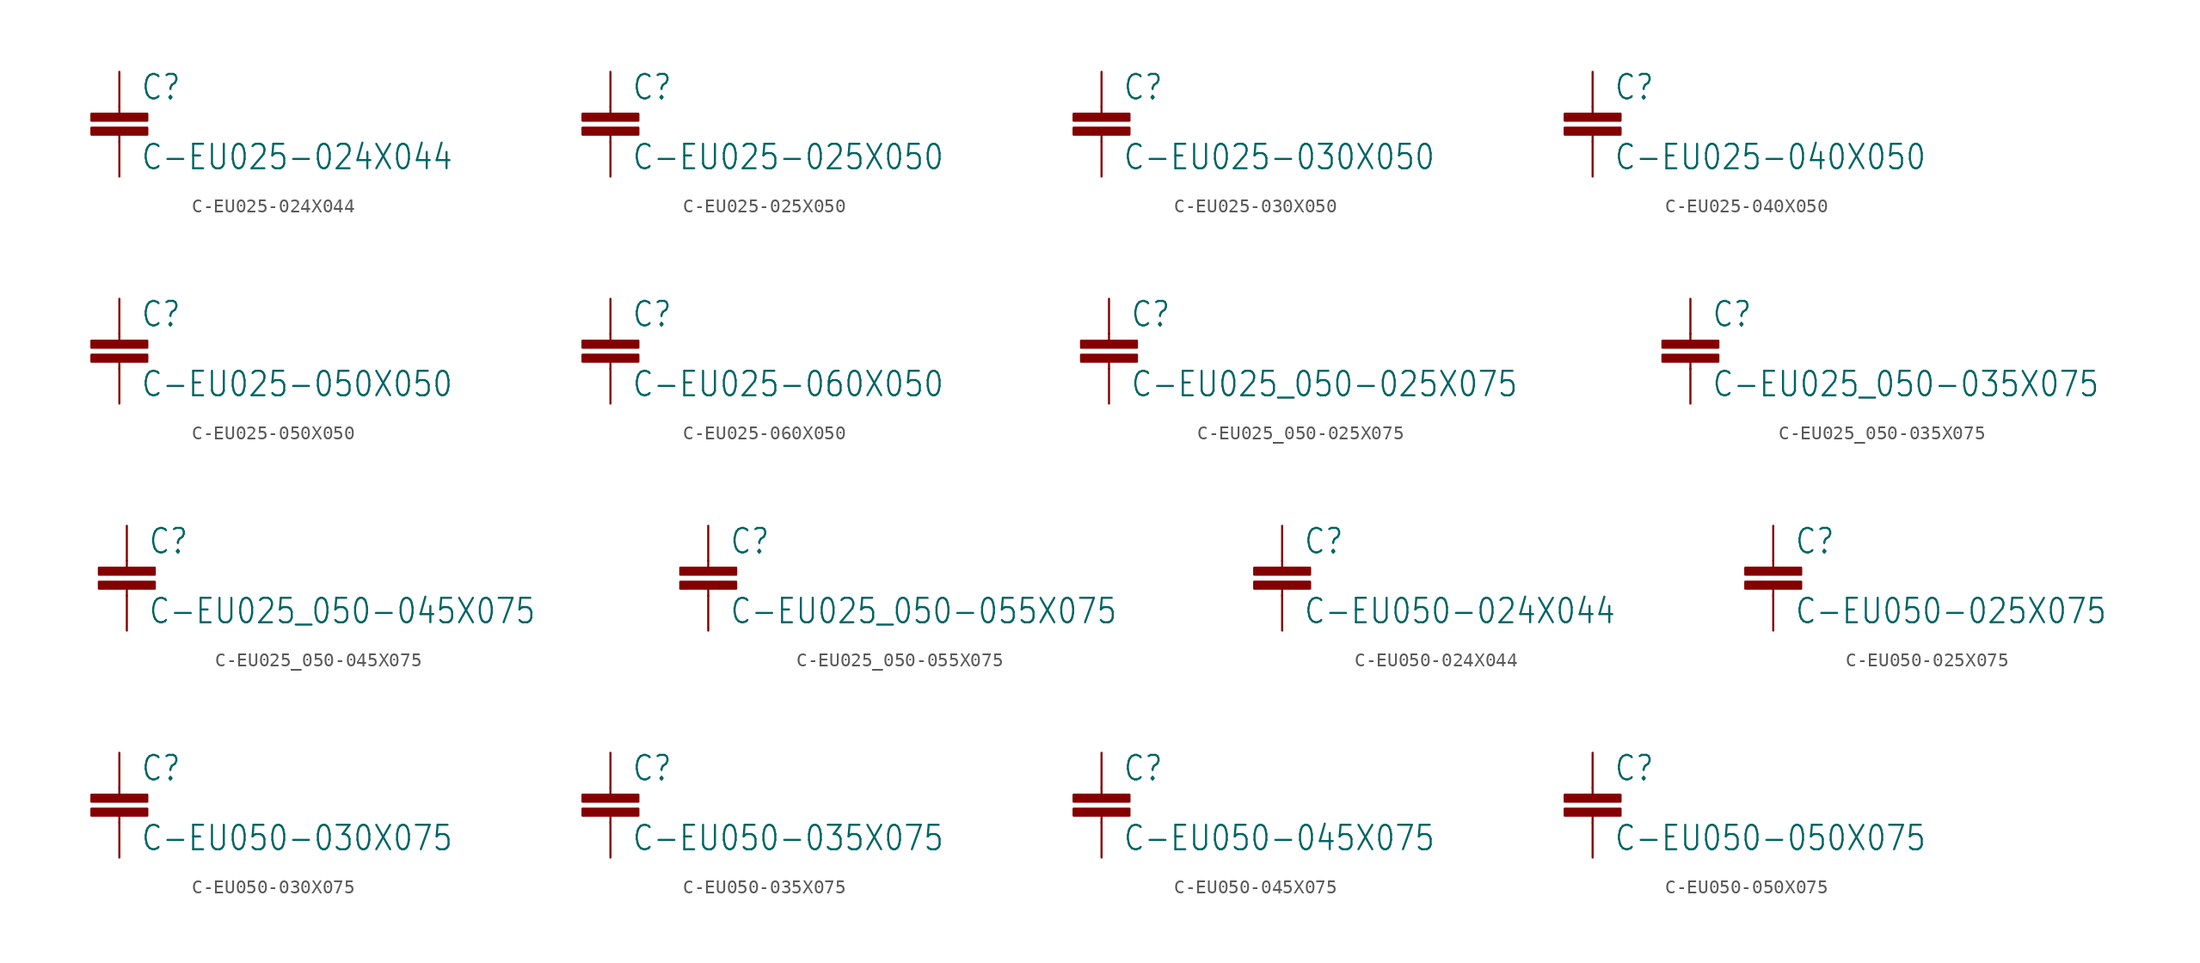
<source format=kicad_sym>
(kicad_symbol_lib
  (version 20210619)
  (generator kicad_symbol_editor)
  (symbol "C-EU025-024X044"
    (property "Reference" "C"
      (at 1.524 0.381 0)
      (effects (font (size 1.778 1.511)) (justify left bottom)))
    (property "Value" "C-EU025-024X044"
      (at 1.524 -4.699 0)
      (effects (font (size 1.778 1.511)) (justify left bottom)))
    (property "ki_locked" ""
      (at 0 0 0)
      (effects (font (size 1.27 1.27))))
    (symbol "C-EU025-024X044_1_0"
      (rectangle (start -2.032 -2.032) (end 2.032 -1.524) (stroke (width 0)) (fill (type outline)))
      (rectangle (start -2.032 -1.016) (end 2.032 -0.508) (stroke (width 0)) (fill (type outline)))
      (polyline (pts (xy 0 -2.54) (xy 0 -2.032)) (stroke (width 0.152)) (fill (type none)))
      (polyline (pts (xy 0 0) (xy 0 -0.508)) (stroke (width 0.152)) (fill (type none)))
      (pin passive line (at 0 2.54 270) (length 2.54) (name "1" (effects (font (size 0 0)))) (number "1" (effects (font (size 0 0)))))
      (pin passive line (at 0 -5.08 90) (length 2.54) (name "2" (effects (font (size 0 0)))) (number "2" (effects (font (size 0 0)))))))
  (symbol "C-EU025-025X050"
    (property "Reference" "C"
      (at 1.524 0.381 0)
      (effects (font (size 1.778 1.511)) (justify left bottom)))
    (property "Value" "C-EU025-025X050"
      (at 1.524 -4.699 0)
      (effects (font (size 1.778 1.511)) (justify left bottom)))
    (property "ki_locked" ""
      (at 0 0 0)
      (effects (font (size 1.27 1.27))))
    (symbol "C-EU025-025X050_1_0"
      (rectangle (start -2.032 -2.032) (end 2.032 -1.524) (stroke (width 0)) (fill (type outline)))
      (rectangle (start -2.032 -1.016) (end 2.032 -0.508) (stroke (width 0)) (fill (type outline)))
      (polyline (pts (xy 0 -2.54) (xy 0 -2.032)) (stroke (width 0.152)) (fill (type none)))
      (polyline (pts (xy 0 0) (xy 0 -0.508)) (stroke (width 0.152)) (fill (type none)))
      (pin passive line (at 0 2.54 270) (length 2.54) (name "1" (effects (font (size 0 0)))) (number "1" (effects (font (size 0 0)))))
      (pin passive line (at 0 -5.08 90) (length 2.54) (name "2" (effects (font (size 0 0)))) (number "2" (effects (font (size 0 0)))))))
  (symbol "C-EU025-030X050"
    (property "Reference" "C"
      (at 1.524 0.381 0)
      (effects (font (size 1.778 1.511)) (justify left bottom)))
    (property "Value" "C-EU025-030X050"
      (at 1.524 -4.699 0)
      (effects (font (size 1.778 1.511)) (justify left bottom)))
    (property "ki_locked" ""
      (at 0 0 0)
      (effects (font (size 1.27 1.27))))
    (symbol "C-EU025-030X050_1_0"
      (rectangle (start -2.032 -2.032) (end 2.032 -1.524) (stroke (width 0)) (fill (type outline)))
      (rectangle (start -2.032 -1.016) (end 2.032 -0.508) (stroke (width 0)) (fill (type outline)))
      (polyline (pts (xy 0 -2.54) (xy 0 -2.032)) (stroke (width 0.152)) (fill (type none)))
      (polyline (pts (xy 0 0) (xy 0 -0.508)) (stroke (width 0.152)) (fill (type none)))
      (pin passive line (at 0 2.54 270) (length 2.54) (name "1" (effects (font (size 0 0)))) (number "1" (effects (font (size 0 0)))))
      (pin passive line (at 0 -5.08 90) (length 2.54) (name "2" (effects (font (size 0 0)))) (number "2" (effects (font (size 0 0)))))))
  (symbol "C-EU025-040X050"
    (property "Reference" "C"
      (at 1.524 0.381 0)
      (effects (font (size 1.778 1.511)) (justify left bottom)))
    (property "Value" "C-EU025-040X050"
      (at 1.524 -4.699 0)
      (effects (font (size 1.778 1.511)) (justify left bottom)))
    (property "ki_locked" ""
      (at 0 0 0)
      (effects (font (size 1.27 1.27))))
    (symbol "C-EU025-040X050_1_0"
      (rectangle (start -2.032 -2.032) (end 2.032 -1.524) (stroke (width 0)) (fill (type outline)))
      (rectangle (start -2.032 -1.016) (end 2.032 -0.508) (stroke (width 0)) (fill (type outline)))
      (polyline (pts (xy 0 -2.54) (xy 0 -2.032)) (stroke (width 0.152)) (fill (type none)))
      (polyline (pts (xy 0 0) (xy 0 -0.508)) (stroke (width 0.152)) (fill (type none)))
      (pin passive line (at 0 2.54 270) (length 2.54) (name "1" (effects (font (size 0 0)))) (number "1" (effects (font (size 0 0)))))
      (pin passive line (at 0 -5.08 90) (length 2.54) (name "2" (effects (font (size 0 0)))) (number "2" (effects (font (size 0 0)))))))
  (symbol "C-EU025-050X050"
    (property "Reference" "C"
      (at 1.524 0.381 0)
      (effects (font (size 1.778 1.511)) (justify left bottom)))
    (property "Value" "C-EU025-050X050"
      (at 1.524 -4.699 0)
      (effects (font (size 1.778 1.511)) (justify left bottom)))
    (property "ki_locked" ""
      (at 0 0 0)
      (effects (font (size 1.27 1.27))))
    (symbol "C-EU025-050X050_1_0"
      (rectangle (start -2.032 -2.032) (end 2.032 -1.524) (stroke (width 0)) (fill (type outline)))
      (rectangle (start -2.032 -1.016) (end 2.032 -0.508) (stroke (width 0)) (fill (type outline)))
      (polyline (pts (xy 0 -2.54) (xy 0 -2.032)) (stroke (width 0.152)) (fill (type none)))
      (polyline (pts (xy 0 0) (xy 0 -0.508)) (stroke (width 0.152)) (fill (type none)))
      (pin passive line (at 0 2.54 270) (length 2.54) (name "1" (effects (font (size 0 0)))) (number "1" (effects (font (size 0 0)))))
      (pin passive line (at 0 -5.08 90) (length 2.54) (name "2" (effects (font (size 0 0)))) (number "2" (effects (font (size 0 0)))))))
  (symbol "C-EU025-060X050"
    (property "Reference" "C"
      (at 1.524 0.381 0)
      (effects (font (size 1.778 1.511)) (justify left bottom)))
    (property "Value" "C-EU025-060X050"
      (at 1.524 -4.699 0)
      (effects (font (size 1.778 1.511)) (justify left bottom)))
    (property "ki_locked" ""
      (at 0 0 0)
      (effects (font (size 1.27 1.27))))
    (symbol "C-EU025-060X050_1_0"
      (rectangle (start -2.032 -2.032) (end 2.032 -1.524) (stroke (width 0)) (fill (type outline)))
      (rectangle (start -2.032 -1.016) (end 2.032 -0.508) (stroke (width 0)) (fill (type outline)))
      (polyline (pts (xy 0 -2.54) (xy 0 -2.032)) (stroke (width 0.152)) (fill (type none)))
      (polyline (pts (xy 0 0) (xy 0 -0.508)) (stroke (width 0.152)) (fill (type none)))
      (pin passive line (at 0 2.54 270) (length 2.54) (name "1" (effects (font (size 0 0)))) (number "1" (effects (font (size 0 0)))))
      (pin passive line (at 0 -5.08 90) (length 2.54) (name "2" (effects (font (size 0 0)))) (number "2" (effects (font (size 0 0)))))))
  (symbol "C-EU025_050-025X075"
    (property "Reference" "C"
      (at 1.524 0.381 0)
      (effects (font (size 1.778 1.511)) (justify left bottom)))
    (property "Value" "C-EU025_050-025X075"
      (at 1.524 -4.699 0)
      (effects (font (size 1.778 1.511)) (justify left bottom)))
    (property "ki_locked" ""
      (at 0 0 0)
      (effects (font (size 1.27 1.27))))
    (symbol "C-EU025_050-025X075_1_0"
      (rectangle (start -2.032 -2.032) (end 2.032 -1.524) (stroke (width 0)) (fill (type outline)))
      (rectangle (start -2.032 -1.016) (end 2.032 -0.508) (stroke (width 0)) (fill (type outline)))
      (polyline (pts (xy 0 -2.54) (xy 0 -2.032)) (stroke (width 0.152)) (fill (type none)))
      (polyline (pts (xy 0 0) (xy 0 -0.508)) (stroke (width 0.152)) (fill (type none)))
      (pin passive line (at 0 2.54 270) (length 2.54) (name "1" (effects (font (size 0 0)))) (number "1" (effects (font (size 0 0)))))
      (pin passive line (at 0 -5.08 90) (length 2.54) (name "2" (effects (font (size 0 0)))) (number "2" (effects (font (size 0 0)))))))
  (symbol "C-EU025_050-035X075"
    (property "Reference" "C"
      (at 1.524 0.381 0)
      (effects (font (size 1.778 1.511)) (justify left bottom)))
    (property "Value" "C-EU025_050-035X075"
      (at 1.524 -4.699 0)
      (effects (font (size 1.778 1.511)) (justify left bottom)))
    (property "ki_locked" ""
      (at 0 0 0)
      (effects (font (size 1.27 1.27))))
    (symbol "C-EU025_050-035X075_1_0"
      (rectangle (start -2.032 -2.032) (end 2.032 -1.524) (stroke (width 0)) (fill (type outline)))
      (rectangle (start -2.032 -1.016) (end 2.032 -0.508) (stroke (width 0)) (fill (type outline)))
      (polyline (pts (xy 0 -2.54) (xy 0 -2.032)) (stroke (width 0.152)) (fill (type none)))
      (polyline (pts (xy 0 0) (xy 0 -0.508)) (stroke (width 0.152)) (fill (type none)))
      (pin passive line (at 0 2.54 270) (length 2.54) (name "1" (effects (font (size 0 0)))) (number "1" (effects (font (size 0 0)))))
      (pin passive line (at 0 -5.08 90) (length 2.54) (name "2" (effects (font (size 0 0)))) (number "2" (effects (font (size 0 0)))))))
  (symbol "C-EU025_050-045X075"
    (property "Reference" "C"
      (at 1.524 0.381 0)
      (effects (font (size 1.778 1.511)) (justify left bottom)))
    (property "Value" "C-EU025_050-045X075"
      (at 1.524 -4.699 0)
      (effects (font (size 1.778 1.511)) (justify left bottom)))
    (property "ki_locked" ""
      (at 0 0 0)
      (effects (font (size 1.27 1.27))))
    (symbol "C-EU025_050-045X075_1_0"
      (rectangle (start -2.032 -2.032) (end 2.032 -1.524) (stroke (width 0)) (fill (type outline)))
      (rectangle (start -2.032 -1.016) (end 2.032 -0.508) (stroke (width 0)) (fill (type outline)))
      (polyline (pts (xy 0 -2.54) (xy 0 -2.032)) (stroke (width 0.152)) (fill (type none)))
      (polyline (pts (xy 0 0) (xy 0 -0.508)) (stroke (width 0.152)) (fill (type none)))
      (pin passive line (at 0 2.54 270) (length 2.54) (name "1" (effects (font (size 0 0)))) (number "1" (effects (font (size 0 0)))))
      (pin passive line (at 0 -5.08 90) (length 2.54) (name "2" (effects (font (size 0 0)))) (number "2" (effects (font (size 0 0)))))))
  (symbol "C-EU025_050-055X075"
    (property "Reference" "C"
      (at 1.524 0.381 0)
      (effects (font (size 1.778 1.511)) (justify left bottom)))
    (property "Value" "C-EU025_050-055X075"
      (at 1.524 -4.699 0)
      (effects (font (size 1.778 1.511)) (justify left bottom)))
    (property "ki_locked" ""
      (at 0 0 0)
      (effects (font (size 1.27 1.27))))
    (symbol "C-EU025_050-055X075_1_0"
      (rectangle (start -2.032 -2.032) (end 2.032 -1.524) (stroke (width 0)) (fill (type outline)))
      (rectangle (start -2.032 -1.016) (end 2.032 -0.508) (stroke (width 0)) (fill (type outline)))
      (polyline (pts (xy 0 -2.54) (xy 0 -2.032)) (stroke (width 0.152)) (fill (type none)))
      (polyline (pts (xy 0 0) (xy 0 -0.508)) (stroke (width 0.152)) (fill (type none)))
      (pin passive line (at 0 2.54 270) (length 2.54) (name "1" (effects (font (size 0 0)))) (number "1" (effects (font (size 0 0)))))
      (pin passive line (at 0 -5.08 90) (length 2.54) (name "2" (effects (font (size 0 0)))) (number "2" (effects (font (size 0 0)))))))
  (symbol "C-EU050-024X044"
    (property "Reference" "C"
      (at 1.524 0.381 0)
      (effects (font (size 1.778 1.511)) (justify left bottom)))
    (property "Value" "C-EU050-024X044"
      (at 1.524 -4.699 0)
      (effects (font (size 1.778 1.511)) (justify left bottom)))
    (property "ki_locked" ""
      (at 0 0 0)
      (effects (font (size 1.27 1.27))))
    (symbol "C-EU050-024X044_1_0"
      (rectangle (start -2.032 -2.032) (end 2.032 -1.524) (stroke (width 0)) (fill (type outline)))
      (rectangle (start -2.032 -1.016) (end 2.032 -0.508) (stroke (width 0)) (fill (type outline)))
      (polyline (pts (xy 0 -2.54) (xy 0 -2.032)) (stroke (width 0.152)) (fill (type none)))
      (polyline (pts (xy 0 0) (xy 0 -0.508)) (stroke (width 0.152)) (fill (type none)))
      (pin passive line (at 0 2.54 270) (length 2.54) (name "1" (effects (font (size 0 0)))) (number "1" (effects (font (size 0 0)))))
      (pin passive line (at 0 -5.08 90) (length 2.54) (name "2" (effects (font (size 0 0)))) (number "2" (effects (font (size 0 0)))))))
  (symbol "C-EU050-025X075"
    (property "Reference" "C"
      (at 1.524 0.381 0)
      (effects (font (size 1.778 1.511)) (justify left bottom)))
    (property "Value" "C-EU050-025X075"
      (at 1.524 -4.699 0)
      (effects (font (size 1.778 1.511)) (justify left bottom)))
    (property "ki_locked" ""
      (at 0 0 0)
      (effects (font (size 1.27 1.27))))
    (symbol "C-EU050-025X075_1_0"
      (rectangle (start -2.032 -2.032) (end 2.032 -1.524) (stroke (width 0)) (fill (type outline)))
      (rectangle (start -2.032 -1.016) (end 2.032 -0.508) (stroke (width 0)) (fill (type outline)))
      (polyline (pts (xy 0 -2.54) (xy 0 -2.032)) (stroke (width 0.152)) (fill (type none)))
      (polyline (pts (xy 0 0) (xy 0 -0.508)) (stroke (width 0.152)) (fill (type none)))
      (pin passive line (at 0 2.54 270) (length 2.54) (name "1" (effects (font (size 0 0)))) (number "1" (effects (font (size 0 0)))))
      (pin passive line (at 0 -5.08 90) (length 2.54) (name "2" (effects (font (size 0 0)))) (number "2" (effects (font (size 0 0)))))))
  (symbol "C-EU050-030X075"
    (property "Reference" "C"
      (at 1.524 0.381 0)
      (effects (font (size 1.778 1.511)) (justify left bottom)))
    (property "Value" "C-EU050-030X075"
      (at 1.524 -4.699 0)
      (effects (font (size 1.778 1.511)) (justify left bottom)))
    (property "ki_locked" ""
      (at 0 0 0)
      (effects (font (size 1.27 1.27))))
    (symbol "C-EU050-030X075_1_0"
      (rectangle (start -2.032 -2.032) (end 2.032 -1.524) (stroke (width 0)) (fill (type outline)))
      (rectangle (start -2.032 -1.016) (end 2.032 -0.508) (stroke (width 0)) (fill (type outline)))
      (polyline (pts (xy 0 -2.54) (xy 0 -2.032)) (stroke (width 0.152)) (fill (type none)))
      (polyline (pts (xy 0 0) (xy 0 -0.508)) (stroke (width 0.152)) (fill (type none)))
      (pin passive line (at 0 2.54 270) (length 2.54) (name "1" (effects (font (size 0 0)))) (number "1" (effects (font (size 0 0)))))
      (pin passive line (at 0 -5.08 90) (length 2.54) (name "2" (effects (font (size 0 0)))) (number "2" (effects (font (size 0 0)))))))
  (symbol "C-EU050-035X075"
    (property "Reference" "C"
      (at 1.524 0.381 0)
      (effects (font (size 1.778 1.511)) (justify left bottom)))
    (property "Value" "C-EU050-035X075"
      (at 1.524 -4.699 0)
      (effects (font (size 1.778 1.511)) (justify left bottom)))
    (property "ki_locked" ""
      (at 0 0 0)
      (effects (font (size 1.27 1.27))))
    (symbol "C-EU050-035X075_1_0"
      (rectangle (start -2.032 -2.032) (end 2.032 -1.524) (stroke (width 0)) (fill (type outline)))
      (rectangle (start -2.032 -1.016) (end 2.032 -0.508) (stroke (width 0)) (fill (type outline)))
      (polyline (pts (xy 0 -2.54) (xy 0 -2.032)) (stroke (width 0.152)) (fill (type none)))
      (polyline (pts (xy 0 0) (xy 0 -0.508)) (stroke (width 0.152)) (fill (type none)))
      (pin passive line (at 0 2.54 270) (length 2.54) (name "1" (effects (font (size 0 0)))) (number "1" (effects (font (size 0 0)))))
      (pin passive line (at 0 -5.08 90) (length 2.54) (name "2" (effects (font (size 0 0)))) (number "2" (effects (font (size 0 0)))))))
  (symbol "C-EU050-045X075"
    (property "Reference" "C"
      (at 1.524 0.381 0)
      (effects (font (size 1.778 1.511)) (justify left bottom)))
    (property "Value" "C-EU050-045X075"
      (at 1.524 -4.699 0)
      (effects (font (size 1.778 1.511)) (justify left bottom)))
    (property "ki_locked" ""
      (at 0 0 0)
      (effects (font (size 1.27 1.27))))
    (symbol "C-EU050-045X075_1_0"
      (rectangle (start -2.032 -2.032) (end 2.032 -1.524) (stroke (width 0)) (fill (type outline)))
      (rectangle (start -2.032 -1.016) (end 2.032 -0.508) (stroke (width 0)) (fill (type outline)))
      (polyline (pts (xy 0 -2.54) (xy 0 -2.032)) (stroke (width 0.152)) (fill (type none)))
      (polyline (pts (xy 0 0) (xy 0 -0.508)) (stroke (width 0.152)) (fill (type none)))
      (pin passive line (at 0 2.54 270) (length 2.54) (name "1" (effects (font (size 0 0)))) (number "1" (effects (font (size 0 0)))))
      (pin passive line (at 0 -5.08 90) (length 2.54) (name "2" (effects (font (size 0 0)))) (number "2" (effects (font (size 0 0)))))))
  (symbol "C-EU050-050X075"
    (property "Reference" "C"
      (at 1.524 0.381 0)
      (effects (font (size 1.778 1.511)) (justify left bottom)))
    (property "Value" "C-EU050-050X075"
      (at 1.524 -4.699 0)
      (effects (font (size 1.778 1.511)) (justify left bottom)))
    (property "ki_locked" ""
      (at 0 0 0)
      (effects (font (size 1.27 1.27))))
    (symbol "C-EU050-050X075_1_0"
      (rectangle (start -2.032 -2.032) (end 2.032 -1.524) (stroke (width 0)) (fill (type outline)))
      (rectangle (start -2.032 -1.016) (end 2.032 -0.508) (stroke (width 0)) (fill (type outline)))
      (polyline (pts (xy 0 -2.54) (xy 0 -2.032)) (stroke (width 0.152)) (fill (type none)))
      (polyline (pts (xy 0 0) (xy 0 -0.508)) (stroke (width 0.152)) (fill (type none)))
      (pin passive line (at 0 2.54 270) (length 2.54) (name "1" (effects (font (size 0 0)))) (number "1" (effects (font (size 0 0)))))
      (pin passive line (at 0 -5.08 90) (length 2.54) (name "2" (effects (font (size 0 0)))) (number "2" (effects (font (size 0 0))))))))
</source>
